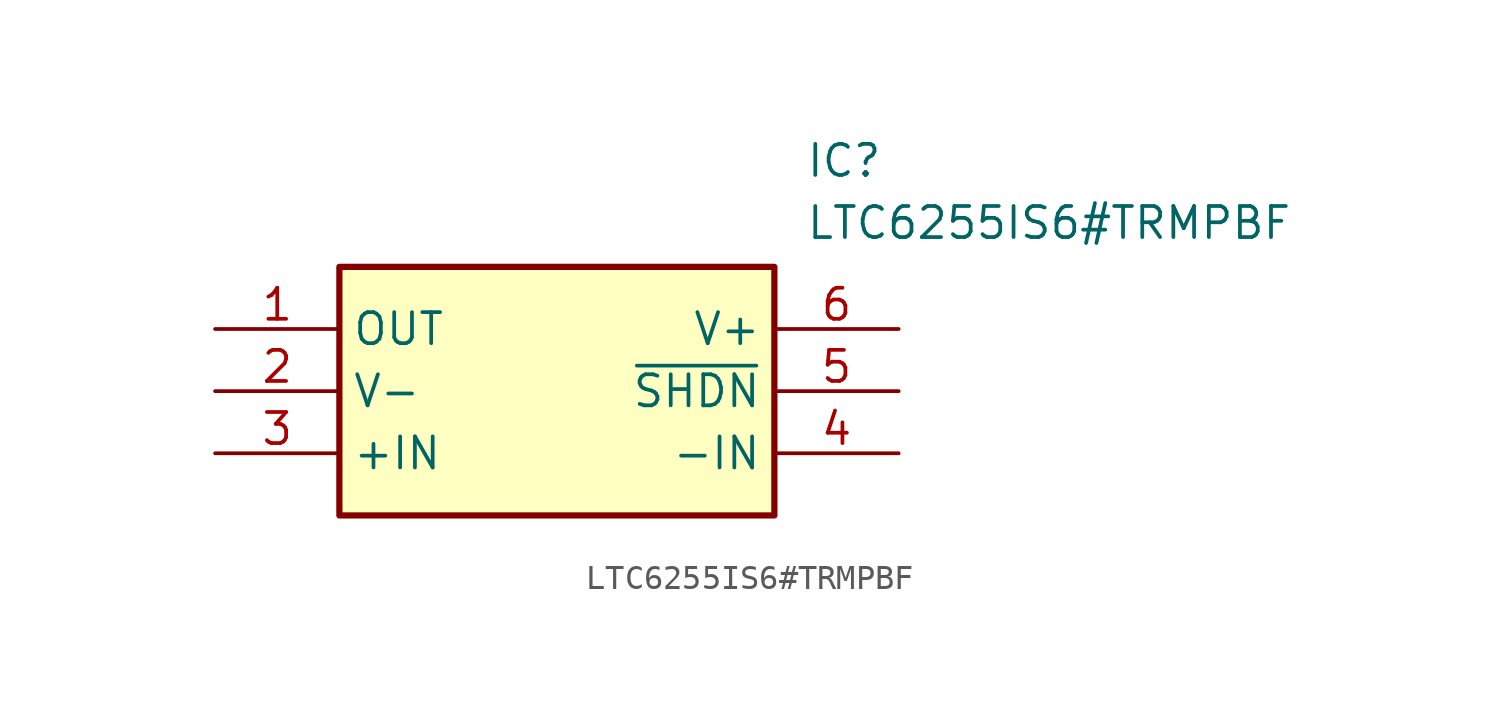
<source format=kicad_sym>
(kicad_symbol_lib
  (version 20211014)
  (generator SamacSys_ECAD_Model)
  (symbol "LTC6255IS6#TRMPBF"
    (property "Reference" "IC"
      (at 24.13 7.62 0)
      (effects (font (size 1.27 1.27)) (justify left top)))
    (property "Value" "LTC6255IS6#TRMPBF"
      (at 24.13 5.08 0)
      (effects (font (size 1.27 1.27)) (justify left top)))
    (rectangle
      (start 5.08 2.54)
      (end 22.86 -7.62)
      (stroke (width 0.254) (type default))
      (fill (type background)))
    (pin passive line
      (at 0 0 0)
      (length 5.08)
      (name "OUT" (effects (font (size 1.27 1.27))))
      (number "1" (effects (font (size 1.27 1.27)))))
    (pin passive line
      (at 0 -2.54 0)
      (length 5.08)
      (name "V-" (effects (font (size 1.27 1.27))))
      (number "2" (effects (font (size 1.27 1.27)))))
    (pin passive line
      (at 0 -5.08 0)
      (length 5.08)
      (name "+IN" (effects (font (size 1.27 1.27))))
      (number "3" (effects (font (size 1.27 1.27)))))
    (pin passive line
      (at 27.94 0 180)
      (length 5.08)
      (name "V+" (effects (font (size 1.27 1.27))))
      (number "6" (effects (font (size 1.27 1.27)))))
    (pin passive line
      (at 27.94 -2.54 180)
      (length 5.08)
      (name "~{SHDN}" (effects (font (size 1.27 1.27))))
      (number "5" (effects (font (size 1.27 1.27)))))
    (pin passive line
      (at 27.94 -5.08 180)
      (length 5.08)
      (name "-IN" (effects (font (size 1.27 1.27))))
      (number "4" (effects (font (size 1.27 1.27)))))))
</source>
